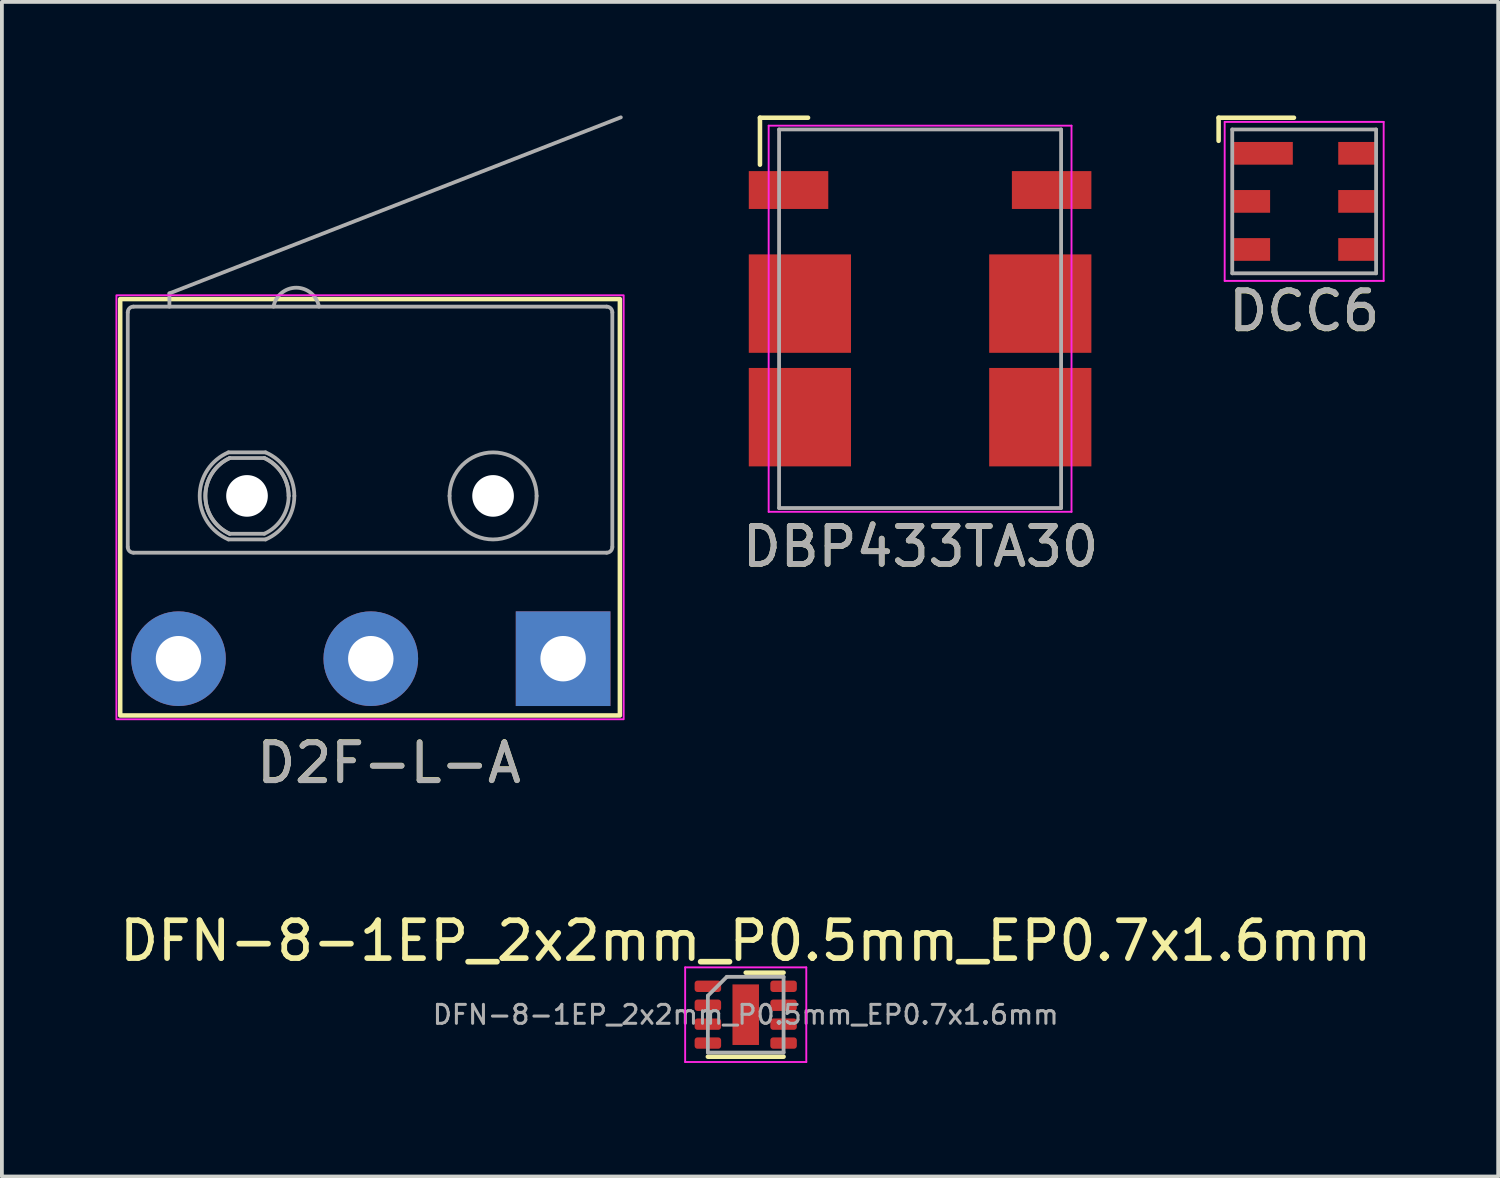
<source format=kicad_pcb>
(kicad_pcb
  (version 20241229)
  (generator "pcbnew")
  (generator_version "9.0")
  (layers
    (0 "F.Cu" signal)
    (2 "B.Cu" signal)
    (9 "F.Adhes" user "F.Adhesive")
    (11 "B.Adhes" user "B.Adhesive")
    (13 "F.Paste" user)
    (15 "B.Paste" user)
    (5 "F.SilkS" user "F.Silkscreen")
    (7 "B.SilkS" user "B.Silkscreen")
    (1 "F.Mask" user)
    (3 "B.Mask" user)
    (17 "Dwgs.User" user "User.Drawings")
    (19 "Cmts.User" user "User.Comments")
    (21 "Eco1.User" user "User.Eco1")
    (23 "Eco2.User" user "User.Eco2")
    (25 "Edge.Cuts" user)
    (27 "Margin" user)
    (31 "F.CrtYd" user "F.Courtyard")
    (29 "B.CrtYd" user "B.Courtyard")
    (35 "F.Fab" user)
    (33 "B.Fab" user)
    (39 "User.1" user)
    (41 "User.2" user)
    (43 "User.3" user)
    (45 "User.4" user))
  (footprint "DCC6"
    (layer "F.Cu")
    (at 31.401 2.27)
    (property "Reference" "DCC6" (at 0 2.9 0) (layer "F.SilkS") (effects (font (size 1 1) (thickness 0.15))))
    (attr smd)
    (fp_line (start -2.26 -2.21) (end -0.27 -2.21) (stroke (width 0.12) (type solid)) (layer "F.SilkS"))
    (fp_line (start -2.26 -1.6) (end -2.26 -2.21) (stroke (width 0.12) (type solid)) (layer "F.SilkS"))
    (fp_line (start -2.1 -2.1) (end 2.1 -2.1) (stroke (width 0.05) (type solid)) (layer "F.CrtYd"))
    (fp_line (start -2.1 2.1) (end -2.1 -2.1) (stroke (width 0.05) (type solid)) (layer "F.CrtYd"))
    (fp_line (start -2.1 2.1) (end 2.1 2.1) (stroke (width 0.05) (type solid)) (layer "F.CrtYd"))
    (fp_line (start 2.1 2.1) (end 2.1 -2.1) (stroke (width 0.05) (type solid)) (layer "F.CrtYd"))
    (fp_line (start -1.9 -1.9) (end -1.9 1.9) (stroke (width 0.1) (type solid)) (layer "F.Fab"))
    (fp_line (start -1.9 -1.9) (end 1.9 -1.9) (stroke (width 0.1) (type solid)) (layer "F.Fab"))
    (fp_line (start -1.9 1.9) (end 1.9 1.9) (stroke (width 0.1) (type solid)) (layer "F.Fab"))
    (fp_line (start 1.9 -1.9) (end 1.9 1.9) (stroke (width 0.1) (type solid)) (layer "F.Fab"))
    (fp_text user "${REFERENCE}" (at 0 2.89 0) (layer "F.Fab") (effects (font (size 1 1) (thickness 0.15))))
    (pad "1" smd rect (at -1.1 -1.27) (size 1.6 0.6) (layers "F.Cu" "F.Mask" "F.Paste"))
    (pad "2" smd rect (at -1.4 0) (size 1 0.6) (layers "F.Cu" "F.Mask" "F.Paste"))
    (pad "3" smd rect (at -1.4 1.27) (size 1 0.6) (layers "F.Cu" "F.Mask" "F.Paste"))
    (pad "4" smd rect (at 1.4 1.27) (size 1 0.6) (layers "F.Cu" "F.Mask" "F.Paste"))
    (pad "5" smd rect (at 1.4 0) (size 1 0.6) (layers "F.Cu" "F.Mask" "F.Paste"))
    (pad "6" smd rect (at 1.4 -1.27) (size 1 0.6) (layers "F.Cu" "F.Mask" "F.Paste")))
  (footprint "DBP433TA30"
    (layer "F.Cu")
    (at 21.255 5.37)
    (property "Reference" "DBP433TA30" (at 0.01 6.02 0) (layer "F.SilkS") (effects (font (size 1 1) (thickness 0.15))))
    (attr smd)
    (fp_line (start -4.23 -5.31) (end -2.96 -5.31) (stroke (width 0.12) (type solid)) (layer "F.SilkS"))
    (fp_line (start -4.23 -4.07) (end -4.23 -5.31) (stroke (width 0.12) (type solid)) (layer "F.SilkS"))
    (fp_line (start -4 -5.1) (end 4 -5.1) (stroke (width 0.05) (type solid)) (layer "F.CrtYd"))
    (fp_line (start -4 5.1) (end -4 -5.1) (stroke (width 0.05) (type solid)) (layer "F.CrtYd"))
    (fp_line (start -4 5.1) (end 4 5.1) (stroke (width 0.05) (type solid)) (layer "F.CrtYd"))
    (fp_line (start 4 5.1) (end 4 -5.1) (stroke (width 0.05) (type solid)) (layer "F.CrtYd"))
    (fp_line (start -3.725 -5) (end -3.725 5) (stroke (width 0.1) (type solid)) (layer "F.Fab"))
    (fp_line (start -3.725 5) (end 3.725 5) (stroke (width 0.1) (type solid)) (layer "F.Fab"))
    (fp_line (start 3.725 -5) (end -3.725 -5) (stroke (width 0.1) (type solid)) (layer "F.Fab"))
    (fp_line (start 3.725 5) (end 3.725 -5) (stroke (width 0.1) (type solid)) (layer "F.Fab"))
    (fp_text user "${REFERENCE}" (at 0.01 6.02 0) (layer "F.Fab") (effects (font (size 1 1) (thickness 0.15))))
    (pad "1" smd rect (at -3.475 -3.4) (size 2.1 1) (layers "F.Cu" "F.Mask" "F.Paste"))
    (pad "2" smd rect (at 3.475 -3.4) (size 2.1 1) (layers "F.Cu" "F.Mask" "F.Paste"))
    (pad "3" smd rect (at -3.175 -0.4) (size 2.7 2.6) (layers "F.Cu" "F.Mask" "F.Paste"))
    (pad "4" smd rect (at 3.175 -0.4) (size 2.7 2.6) (layers "F.Cu" "F.Mask" "F.Paste"))
    (pad "5" smd rect (at -3.175 2.6) (size 2.7 2.6) (layers "F.Cu" "F.Mask" "F.Paste"))
    (pad "6" smd rect (at 3.175 2.6) (size 2.7 2.6) (layers "F.Cu" "F.Mask" "F.Paste")))
  (footprint "D2F-L-A"
    (layer "F.Cu")
    (at 11.825 14.35)
    (property "Reference" "D2F-L-A" (at -4.6 2.75 0) (layer "F.SilkS") (effects (font (size 1 1) (thickness 0.15))))
    (attr through_hole)
    (fp_rect (start 1.5 1.5) (end -11.7 -9.5) (stroke (width 0.12) (type default)) (fill no) (layer "F.SilkS"))
    (fp_rect (start -11.8 -9.6) (end 1.6 1.6) (stroke (width 0.05) (type default)) (fill no) (layer "F.CrtYd"))
    (fp_line (start -11.5 -9.15) (end -11.5 -2.95) (stroke (width 0.1) (type solid)) (layer "F.Fab"))
    (fp_line (start -11.35 -2.8) (end 1.15 -2.8) (stroke (width 0.1) (type solid)) (layer "F.Fab"))
    (fp_line (start -10.4 -9.65) (end -10.4 -9.3) (stroke (width 0.1) (type solid)) (layer "F.Fab"))
    (fp_line (start -8.84 -3.15) (end -7.86 -3.15) (stroke (width 0.1) (type solid)) (layer "F.Fab"))
    (fp_line (start -8.808 -5.3) (end -7.892 -5.3) (stroke (width 0.1) (type solid)) (layer "F.Fab"))
    (fp_line (start -7.892 -3.3) (end -8.808 -3.3) (stroke (width 0.1) (type solid)) (layer "F.Fab"))
    (fp_line (start -7.86 -5.45) (end -8.84 -5.45) (stroke (width 0.1) (type solid)) (layer "F.Fab"))
    (fp_line (start 1.15 -9.3) (end -11.35 -9.3) (stroke (width 0.1) (type solid)) (layer "F.Fab"))
    (fp_line (start 1.3 -2.95) (end 1.3 -9.15) (stroke (width 0.1) (type solid)) (layer "F.Fab"))
    (fp_line (start 1.525 -14.3) (end -10.4 -9.65) (stroke (width 0.1) (type solid)) (layer "F.Fab"))
    (fp_arc (start -11.5 -9.15) (mid -11.456066 -9.256066) (end -11.35 -9.3) (stroke (width 0.1) (type solid)) (layer "F.Fab"))
    (fp_arc (start -11.35 -2.8) (mid -11.456066 -2.843934) (end -11.5 -2.95) (stroke (width 0.1) (type solid)) (layer "F.Fab"))
    (fp_arc (start -8.839899 -3.150001) (mid -9.599999 -4.300001) (end -8.839897 -5.45) (stroke (width 0.1) (type solid)) (layer "F.Fab"))
    (fp_arc (start -8.808258 -3.3) (mid -9.45 -4.3) (end -8.808257 -5.3) (stroke (width 0.1) (type solid)) (layer "F.Fab"))
    (fp_arc (start -8.808258 -3.3) (mid -9.45 -4.3) (end -8.808257 -5.3) (stroke (width 0.1) (type solid)) (layer "F.Fab"))
    (fp_arc (start -7.891742 -5.3) (mid -7.424234 -4.894103) (end -7.25 -4.3) (stroke (width 0.1) (type solid)) (layer "F.Fab"))
    (fp_arc (start -7.891742 -5.3) (mid -7.424234 -4.894103) (end -7.25 -4.3) (stroke (width 0.1) (type solid)) (layer "F.Fab"))
    (fp_arc (start -7.860102 -5.45) (mid -7.307198 -4.989249) (end -7.1 -4.3) (stroke (width 0.1) (type solid)) (layer "F.Fab"))
    (fp_arc (start -7.65 -9.3) (mid -7.05 -9.8) (end -6.45 -9.3) (stroke (width 0.1) (type solid)) (layer "F.Fab"))
    (fp_arc (start -7.25 -4.3) (mid -7.424234 -3.705897) (end -7.891742 -3.3) (stroke (width 0.1) (type solid)) (layer "F.Fab"))
    (fp_arc (start -7.1 -4.3) (mid -7.307198 -3.610751) (end -7.860102 -3.15) (stroke (width 0.1) (type solid)) (layer "F.Fab"))
    (fp_arc (start -3 -4.3) (mid -1.85 -5.45) (end -0.7 -4.3) (stroke (width 0.1) (type solid)) (layer "F.Fab"))
    (fp_arc (start -0.7 -4.3) (mid -1.85 -3.15) (end -3 -4.3) (stroke (width 0.1) (type solid)) (layer "F.Fab"))
    (fp_arc (start 1.15 -9.3) (mid 1.256066 -9.256066) (end 1.3 -9.15) (stroke (width 0.1) (type solid)) (layer "F.Fab"))
    (fp_arc (start 1.3 -2.95) (mid 1.256066 -2.843934) (end 1.15 -2.8) (stroke (width 0.1) (type solid)) (layer "F.Fab"))
    (fp_text user "${REFERENCE}" (at -4.6 2.757 0) (layer "F.Fab") (effects (font (size 1 1) (thickness 0.15))))
    (pad "" np_thru_hole circle (at -8.35 -4.3) (size 1.1 1.1) (drill 1.1) (layers "*.Cu" "*.Mask"))
    (pad "" np_thru_hole circle (at -1.85 -4.3) (size 1.1 1.1) (drill 1.1) (layers "*.Cu" "*.Mask"))
    (pad "1" thru_hole rect (at 0 0) (size 2.5 2.5) (drill 1.2) (layers "*.Cu" "*.Mask"))
    (pad "2" thru_hole circle (at -10.16 0) (size 2.5 2.5) (drill 1.2) (layers "*.Cu" "*.Mask"))
    (pad "3" thru_hole circle (at -5.08 0) (size 2.5 2.5) (drill 1.2) (layers "*.Cu" "*.Mask")))
  (footprint "DFN-8-1EP_2x2mm_P0.5mm_EP0.7x1.6mm"
    (layer "F.Cu")
    (at 16.649 23.754)
    (property "Reference" "DFN-8-1EP_2x2mm_P0.5mm_EP0.7x1.6mm" (at 0 -1.95 0) (layer "F.SilkS") (effects (font (size 1 1) (thickness 0.15))))
    (attr smd)
    (fp_line (start -1 1.11) (end 1 1.11) (stroke (width 0.12) (type solid)) (layer "F.SilkS"))
    (fp_line (start 0 -1.11) (end 1 -1.11) (stroke (width 0.12) (type solid)) (layer "F.SilkS"))
    (fp_line (start -1.6 -1.25) (end -1.6 1.25) (stroke (width 0.05) (type solid)) (layer "F.CrtYd"))
    (fp_line (start -1.6 1.25) (end 1.6 1.25) (stroke (width 0.05) (type solid)) (layer "F.CrtYd"))
    (fp_line (start 1.6 -1.25) (end -1.6 -1.25) (stroke (width 0.05) (type solid)) (layer "F.CrtYd"))
    (fp_line (start 1.6 1.25) (end 1.6 -1.25) (stroke (width 0.05) (type solid)) (layer "F.CrtYd"))
    (fp_line (start -1 -0.5) (end -0.5 -1) (stroke (width 0.1) (type solid)) (layer "F.Fab"))
    (fp_line (start -1 1) (end -1 -0.5) (stroke (width 0.1) (type solid)) (layer "F.Fab"))
    (fp_line (start -0.5 -1) (end 1 -1) (stroke (width 0.1) (type solid)) (layer "F.Fab"))
    (fp_line (start 1 -1) (end 1 1) (stroke (width 0.1) (type solid)) (layer "F.Fab"))
    (fp_line (start 1 1) (end -1 1) (stroke (width 0.1) (type solid)) (layer "F.Fab"))
    (fp_text user "${REFERENCE}" (at 0 0 0) (layer "F.Fab") (effects (font (size 0.5 0.5) (thickness 0.08))))
    (pad "" smd roundrect (at 0 -0.4) (size 0.56 0.64) (layers "F.Paste") (roundrect_rratio 0.25))
    (pad "" smd roundrect (at 0 0.4) (size 0.56 0.64) (layers "F.Paste") (roundrect_rratio 0.25))
    (pad "1" smd roundrect (at -1 -0.75) (size 0.7 0.3) (layers "F.Cu" "F.Mask" "F.Paste") (roundrect_rratio 0.25))
    (pad "2" smd roundrect (at -1 -0.25) (size 0.7 0.3) (layers "F.Cu" "F.Mask" "F.Paste") (roundrect_rratio 0.25))
    (pad "3" smd roundrect (at -1 0.25) (size 0.7 0.3) (layers "F.Cu" "F.Mask" "F.Paste") (roundrect_rratio 0.25))
    (pad "4" smd roundrect (at -1 0.75) (size 0.7 0.3) (layers "F.Cu" "F.Mask" "F.Paste") (roundrect_rratio 0.25))
    (pad "5" smd roundrect (at 1 0.75) (size 0.7 0.3) (layers "F.Cu" "F.Mask" "F.Paste") (roundrect_rratio 0.25))
    (pad "6" smd roundrect (at 1 0.25) (size 0.7 0.3) (layers "F.Cu" "F.Mask" "F.Paste") (roundrect_rratio 0.25))
    (pad "7" smd roundrect (at 1 -0.25) (size 0.7 0.3) (layers "F.Cu" "F.Mask" "F.Paste") (roundrect_rratio 0.25))
    (pad "8" smd roundrect (at 1 -0.75) (size 0.7 0.3) (layers "F.Cu" "F.Mask" "F.Paste") (roundrect_rratio 0.25))
    (pad "9" smd rect (at 0 0) (size 0.7 1.6) (layers "F.Cu" "F.Mask")))
  (gr_rect
    (start -3 -3)
    (end 36.526 28.029)
    (stroke (width 0.1) (type default))
    (fill no)
    (layer "Edge.Cuts")))
</source>
